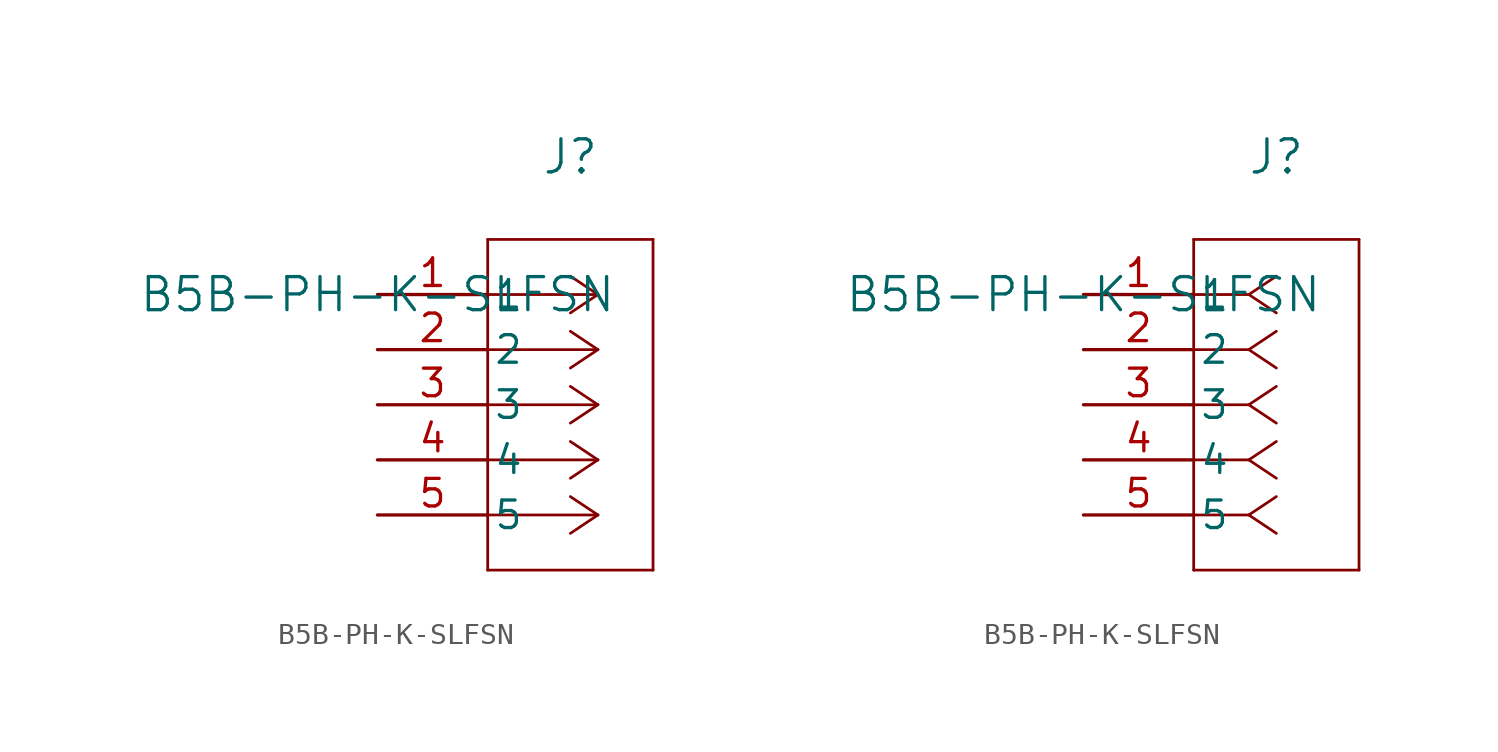
<source format=kicad_sym>
(kicad_symbol_lib
  (version 20211014)
  (generator kicad_symbol_editor)
  (symbol "B5B-PH-K-SLFSN"
    (pin_names
      (offset 0.254))
    (property "Reference" "J"
      (at 8.89 6.35 0)
      (effects (font (size 1.524 1.524))))
    (property "Value" "B5B-PH-K-SLFSN"
      (at 0 0 0)
      (effects (font (size 1.524 1.524))))
    (symbol "B5B-PH-K-SLFSN_1_1"
      (polyline (pts (xy 10.16 0) (xy 5.08 0)) (stroke (width 0.127) (type default) (color 0 0 0 0)) (fill (type none)))
      (polyline (pts (xy 10.16 -2.54) (xy 5.08 -2.54)) (stroke (width 0.127) (type default) (color 0 0 0 0)) (fill (type none)))
      (polyline (pts (xy 10.16 -5.08) (xy 5.08 -5.08)) (stroke (width 0.127) (type default) (color 0 0 0 0)) (fill (type none)))
      (polyline (pts (xy 10.16 -7.62) (xy 5.08 -7.62)) (stroke (width 0.127) (type default) (color 0 0 0 0)) (fill (type none)))
      (polyline (pts (xy 10.16 -10.16) (xy 5.08 -10.16)) (stroke (width 0.127) (type default) (color 0 0 0 0)) (fill (type none)))
      (polyline (pts (xy 10.16 0) (xy 8.89 0.847)) (stroke (width 0.127) (type default) (color 0 0 0 0)) (fill (type none)))
      (polyline (pts (xy 10.16 -2.54) (xy 8.89 -1.693)) (stroke (width 0.127) (type default) (color 0 0 0 0)) (fill (type none)))
      (polyline (pts (xy 10.16 -5.08) (xy 8.89 -4.233)) (stroke (width 0.127) (type default) (color 0 0 0 0)) (fill (type none)))
      (polyline (pts (xy 10.16 -7.62) (xy 8.89 -6.773)) (stroke (width 0.127) (type default) (color 0 0 0 0)) (fill (type none)))
      (polyline (pts (xy 10.16 -10.16) (xy 8.89 -9.313)) (stroke (width 0.127) (type default) (color 0 0 0 0)) (fill (type none)))
      (polyline (pts (xy 10.16 0) (xy 8.89 -0.847)) (stroke (width 0.127) (type default) (color 0 0 0 0)) (fill (type none)))
      (polyline (pts (xy 10.16 -2.54) (xy 8.89 -3.387)) (stroke (width 0.127) (type default) (color 0 0 0 0)) (fill (type none)))
      (polyline (pts (xy 10.16 -5.08) (xy 8.89 -5.927)) (stroke (width 0.127) (type default) (color 0 0 0 0)) (fill (type none)))
      (polyline (pts (xy 10.16 -7.62) (xy 8.89 -8.467)) (stroke (width 0.127) (type default) (color 0 0 0 0)) (fill (type none)))
      (polyline (pts (xy 10.16 -10.16) (xy 8.89 -11.007)) (stroke (width 0.127) (type default) (color 0 0 0 0)) (fill (type none)))
      (polyline (pts (xy 5.08 2.54) (xy 5.08 -12.7)) (stroke (width 0.127) (type default) (color 0 0 0 0)) (fill (type none)))
      (polyline (pts (xy 5.08 -12.7) (xy 12.7 -12.7)) (stroke (width 0.127) (type default) (color 0 0 0 0)) (fill (type none)))
      (polyline (pts (xy 12.7 -12.7) (xy 12.7 2.54)) (stroke (width 0.127) (type default) (color 0 0 0 0)) (fill (type none)))
      (polyline (pts (xy 12.7 2.54) (xy 5.08 2.54)) (stroke (width 0.127) (type default) (color 0 0 0 0)) (fill (type none)))
      (pin unspecified line (at 0 0 0) (length 5.08) (name "1" (effects (font (size 1.27 1.27)))) (number "1" (effects (font (size 1.27 1.27)))))
      (pin unspecified line (at 0 -2.54 0) (length 5.08) (name "2" (effects (font (size 1.27 1.27)))) (number "2" (effects (font (size 1.27 1.27)))))
      (pin unspecified line (at 0 -5.08 0) (length 5.08) (name "3" (effects (font (size 1.27 1.27)))) (number "3" (effects (font (size 1.27 1.27)))))
      (pin unspecified line (at 0 -7.62 0) (length 5.08) (name "4" (effects (font (size 1.27 1.27)))) (number "4" (effects (font (size 1.27 1.27)))))
      (pin unspecified line (at 0 -10.16 0) (length 5.08) (name "5" (effects (font (size 1.27 1.27)))) (number "5" (effects (font (size 1.27 1.27))))))
    (symbol "B5B-PH-K-SLFSN_1_2"
      (polyline (pts (xy 7.62 0) (xy 5.08 0)) (stroke (width 0.127) (type default) (color 0 0 0 0)) (fill (type none)))
      (polyline (pts (xy 7.62 -2.54) (xy 5.08 -2.54)) (stroke (width 0.127) (type default) (color 0 0 0 0)) (fill (type none)))
      (polyline (pts (xy 7.62 -5.08) (xy 5.08 -5.08)) (stroke (width 0.127) (type default) (color 0 0 0 0)) (fill (type none)))
      (polyline (pts (xy 7.62 -7.62) (xy 5.08 -7.62)) (stroke (width 0.127) (type default) (color 0 0 0 0)) (fill (type none)))
      (polyline (pts (xy 7.62 -10.16) (xy 5.08 -10.16)) (stroke (width 0.127) (type default) (color 0 0 0 0)) (fill (type none)))
      (polyline (pts (xy 7.62 0) (xy 8.89 0.847)) (stroke (width 0.127) (type default) (color 0 0 0 0)) (fill (type none)))
      (polyline (pts (xy 7.62 -2.54) (xy 8.89 -1.693)) (stroke (width 0.127) (type default) (color 0 0 0 0)) (fill (type none)))
      (polyline (pts (xy 7.62 -5.08) (xy 8.89 -4.233)) (stroke (width 0.127) (type default) (color 0 0 0 0)) (fill (type none)))
      (polyline (pts (xy 7.62 -7.62) (xy 8.89 -6.773)) (stroke (width 0.127) (type default) (color 0 0 0 0)) (fill (type none)))
      (polyline (pts (xy 7.62 -10.16) (xy 8.89 -9.313)) (stroke (width 0.127) (type default) (color 0 0 0 0)) (fill (type none)))
      (polyline (pts (xy 7.62 0) (xy 8.89 -0.847)) (stroke (width 0.127) (type default) (color 0 0 0 0)) (fill (type none)))
      (polyline (pts (xy 7.62 -2.54) (xy 8.89 -3.387)) (stroke (width 0.127) (type default) (color 0 0 0 0)) (fill (type none)))
      (polyline (pts (xy 7.62 -5.08) (xy 8.89 -5.927)) (stroke (width 0.127) (type default) (color 0 0 0 0)) (fill (type none)))
      (polyline (pts (xy 7.62 -7.62) (xy 8.89 -8.467)) (stroke (width 0.127) (type default) (color 0 0 0 0)) (fill (type none)))
      (polyline (pts (xy 7.62 -10.16) (xy 8.89 -11.007)) (stroke (width 0.127) (type default) (color 0 0 0 0)) (fill (type none)))
      (polyline (pts (xy 5.08 2.54) (xy 5.08 -12.7)) (stroke (width 0.127) (type default) (color 0 0 0 0)) (fill (type none)))
      (polyline (pts (xy 5.08 -12.7) (xy 12.7 -12.7)) (stroke (width 0.127) (type default) (color 0 0 0 0)) (fill (type none)))
      (polyline (pts (xy 12.7 -12.7) (xy 12.7 2.54)) (stroke (width 0.127) (type default) (color 0 0 0 0)) (fill (type none)))
      (polyline (pts (xy 12.7 2.54) (xy 5.08 2.54)) (stroke (width 0.127) (type default) (color 0 0 0 0)) (fill (type none)))
      (pin unspecified line (at 0 0 0) (length 5.08) (name "1" (effects (font (size 1.27 1.27)))) (number "1" (effects (font (size 1.27 1.27)))))
      (pin unspecified line (at 0 -2.54 0) (length 5.08) (name "2" (effects (font (size 1.27 1.27)))) (number "2" (effects (font (size 1.27 1.27)))))
      (pin unspecified line (at 0 -5.08 0) (length 5.08) (name "3" (effects (font (size 1.27 1.27)))) (number "3" (effects (font (size 1.27 1.27)))))
      (pin unspecified line (at 0 -7.62 0) (length 5.08) (name "4" (effects (font (size 1.27 1.27)))) (number "4" (effects (font (size 1.27 1.27)))))
      (pin unspecified line (at 0 -10.16 0) (length 5.08) (name "5" (effects (font (size 1.27 1.27)))) (number "5" (effects (font (size 1.27 1.27))))))))
</source>
